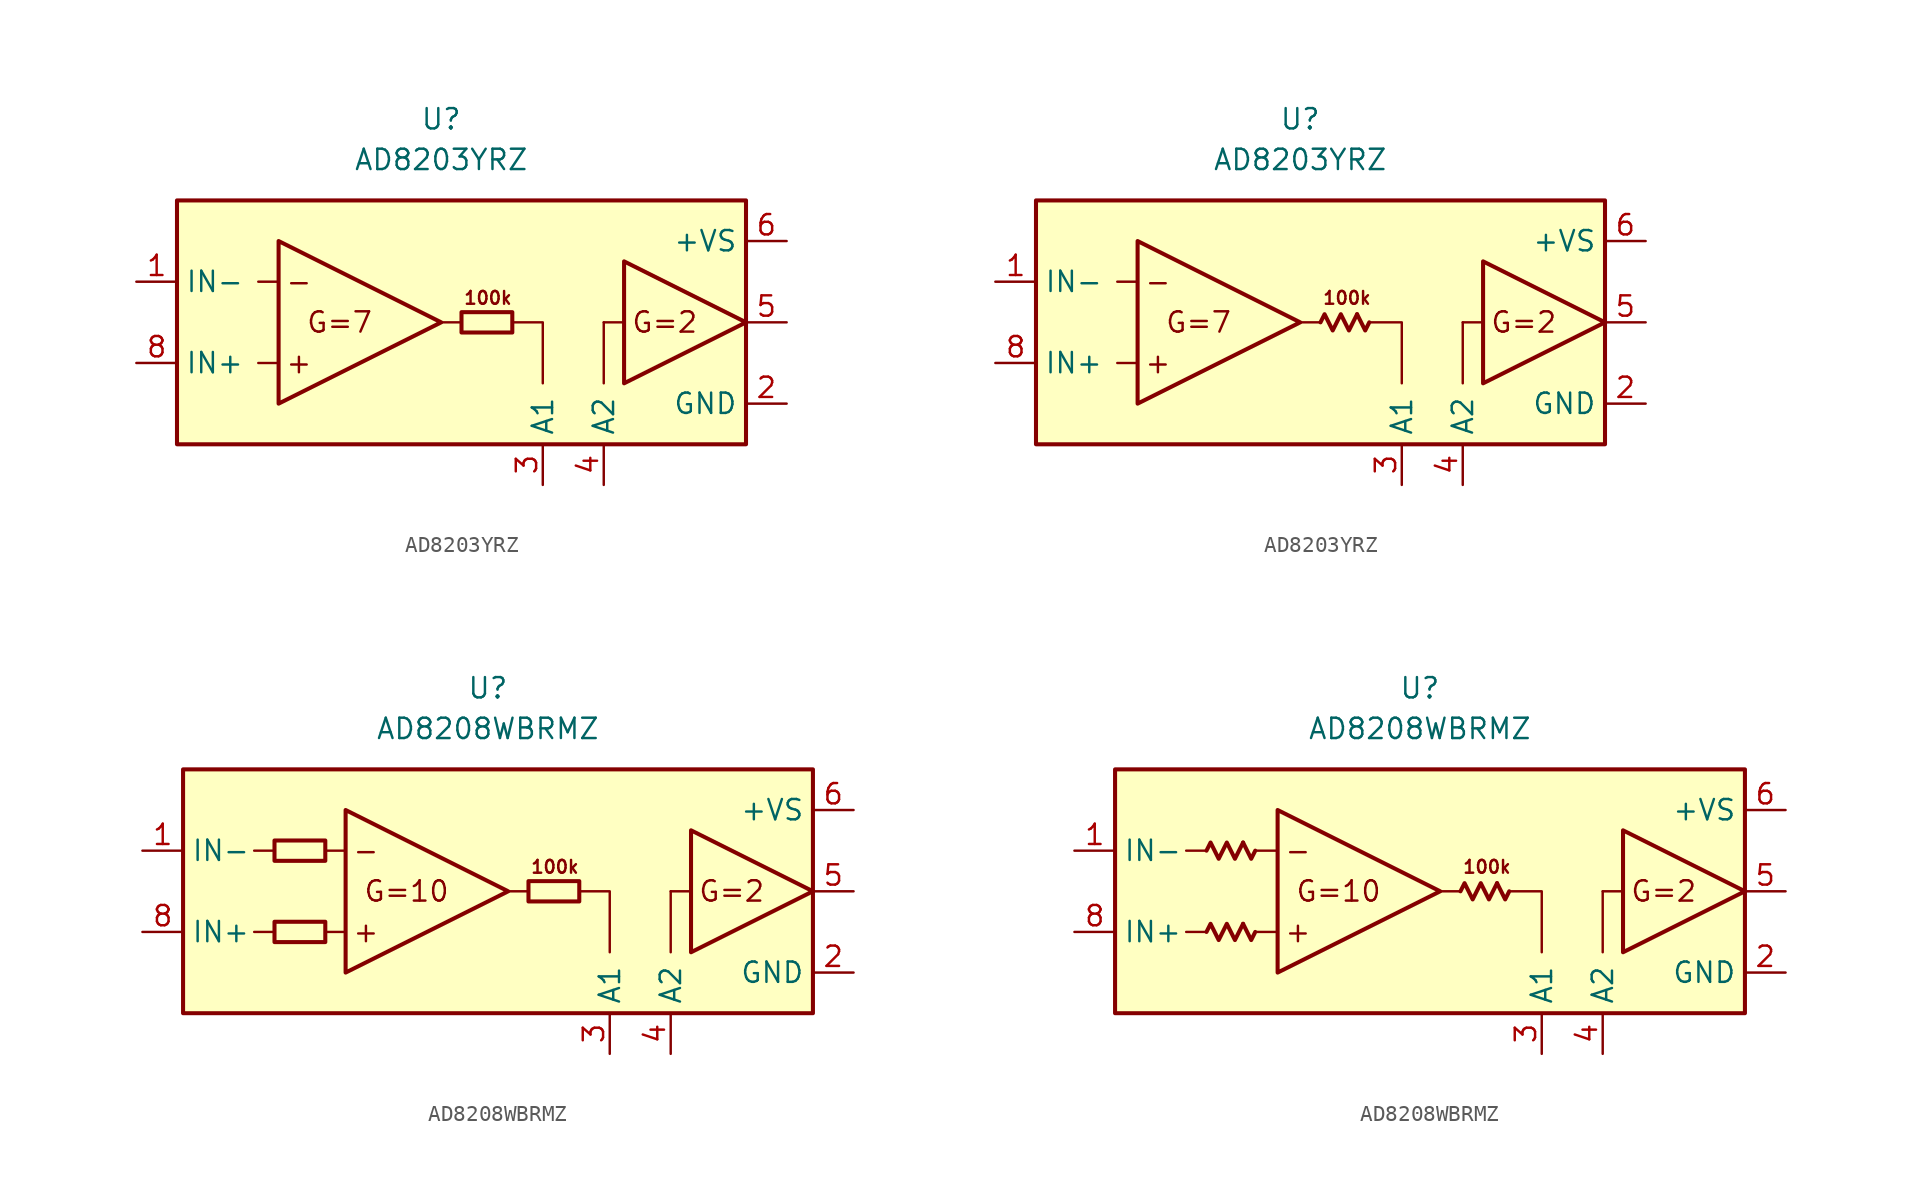
<source format=kicad_sym>
(kicad_symbol_lib
  (version 20231120)
  (generator "kicad_symbol_editor")
  (generator_version "8.0")
  (symbol "AD8203YRZ"
    (property "Reference" "U"
      (at 0 15.24 0)
      (effects (font (size 1.27 1.27))))
    (property "Value" "AD8203YRZ"
      (at 0 12.7 0)
      (effects (font (size 1.27 1.27))))
    (symbol "AD8203YRZ_0_0"
      (rectangle (start -16.51 10.16) (end 19.05 -5.08) (stroke (width 0.254) (type default)) (fill (type background)))
      (polyline (pts (xy -10.16 0) (xy -11.43 0)) (stroke (width 0.152) (type default)) (fill (type none)))
      (polyline (pts (xy -10.16 5.08) (xy -11.43 5.08)) (stroke (width 0.152) (type default)) (fill (type none)))
      (polyline (pts (xy 1.27 2.54) (xy 0 2.54)) (stroke (width 0.152) (type default)) (fill (type none)))
      (polyline (pts (xy 10.16 2.54) (xy 10.16 -1.27)) (stroke (width 0.152) (type default)) (fill (type none)))
      (polyline (pts (xy 11.43 2.54) (xy 10.16 2.54)) (stroke (width 0.152) (type default)) (fill (type none)))
      (polyline (pts (xy 4.445 2.54) (xy 6.35 2.54) (xy 6.35 -1.27)) (stroke (width 0.152) (type default)) (fill (type none)))
      (polyline (pts (xy -10.16 7.62) (xy -10.16 -2.54) (xy 0 2.54) (xy -10.16 7.62)) (stroke (width 0.254) (type default)) (fill (type none)))
      (polyline (pts (xy 11.43 6.35) (xy 11.43 -1.27) (xy 19.05 2.54) (xy 11.43 6.35)) (stroke (width 0.254) (type default)) (fill (type none)))
      (text "+" (at -8.89 0 0) (effects (font (size 1.27 1.27))))
      (text "-" (at -8.89 5.08 0) (effects (font (size 1.27 1.27))))
      (text "100k" (at 2.921 4.064 0) (effects (font (size 0.8 0.8))))
      (text "G=2" (at 13.97 2.54 0) (effects (font (size 1.27 1.27))))
      (text "G=7" (at -6.35 2.54 0) (effects (font (size 1.27 1.27)))))
    (symbol "AD8203YRZ_0_1"
      (rectangle (start 1.27 3.175) (end 4.445 1.905) (stroke (width 0.254) (type default)) (fill (type none))))
    (symbol "AD8203YRZ_0_2"
      (polyline (pts (xy 3.556 3.048) (xy 4.064 2.032) (xy 4.318 2.54)) (stroke (width 0.254) (type default)) (fill (type none)))
      (polyline (pts (xy 1.27 2.54) (xy 1.524 3.048) (xy 2.032 2.032) (xy 2.54 3.048) (xy 3.048 2.032) (xy 3.556 3.048)) (stroke (width 0.254) (type default)) (fill (type none))))
    (symbol "AD8203YRZ_1_1"
      (pin input line (at -19.05 5.08 0) (length 2.54) (name "IN-" (effects (font (size 1.27 1.27)))) (number "1" (effects (font (size 1.27 1.27)))))
      (pin power_in line (at 21.59 -2.54 180) (length 2.54) (name "GND" (effects (font (size 1.27 1.27)))) (number "2" (effects (font (size 1.27 1.27)))))
      (pin passive line (at 6.35 -7.62 90) (length 2.54) (name "A1" (effects (font (size 1.27 1.27)))) (number "3" (effects (font (size 1.27 1.27)))))
      (pin passive line (at 10.16 -7.62 90) (length 2.54) (name "A2" (effects (font (size 1.27 1.27)))) (number "4" (effects (font (size 1.27 1.27)))))
      (pin output line (at 21.59 2.54 180) (length 2.54) (name "~" (effects (font (size 1.27 1.27)))) (number "5" (effects (font (size 1.27 1.27)))))
      (pin power_in line (at 21.59 7.62 180) (length 2.54) (name "+VS" (effects (font (size 1.27 1.27)))) (number "6" (effects (font (size 1.27 1.27)))))
      (pin free line (at -1.27 -3.81 0) (length 2.54) hide (name "NC" (effects (font (size 1.27 1.27)))) (number "7" (effects (font (size 1.27 1.27)))))
      (pin input line (at -19.05 0 0) (length 2.54) (name "IN+" (effects (font (size 1.27 1.27)))) (number "8" (effects (font (size 1.27 1.27))))))
    (symbol "AD8203YRZ_1_2"
      (pin input line (at -19.05 5.08 0) (length 2.54) (name "IN-" (effects (font (size 1.27 1.27)))) (number "1" (effects (font (size 1.27 1.27)))))
      (pin power_in line (at 21.59 -2.54 180) (length 2.54) (name "GND" (effects (font (size 1.27 1.27)))) (number "2" (effects (font (size 1.27 1.27)))))
      (pin passive line (at 6.35 -7.62 90) (length 2.54) (name "A1" (effects (font (size 1.27 1.27)))) (number "3" (effects (font (size 1.27 1.27)))))
      (pin passive line (at 10.16 -7.62 90) (length 2.54) (name "A2" (effects (font (size 1.27 1.27)))) (number "4" (effects (font (size 1.27 1.27)))))
      (pin output line (at 21.59 2.54 180) (length 2.54) (name "~" (effects (font (size 1.27 1.27)))) (number "5" (effects (font (size 1.27 1.27)))))
      (pin power_in line (at 21.59 7.62 180) (length 2.54) (name "+VS" (effects (font (size 1.27 1.27)))) (number "6" (effects (font (size 1.27 1.27)))))
      (pin free line (at -1.27 -3.81 0) (length 2.54) hide (name "NC" (effects (font (size 1.27 1.27)))) (number "7" (effects (font (size 1.27 1.27)))))
      (pin input line (at -19.05 0 0) (length 2.54) (name "IN+" (effects (font (size 1.27 1.27)))) (number "8" (effects (font (size 1.27 1.27)))))))
  (symbol "AD8208WBRMZ"
    (property "Reference" "U"
      (at 0 15.24 0)
      (effects (font (size 1.27 1.27))))
    (property "Value" "AD8208WBRMZ"
      (at 0 12.7 0)
      (effects (font (size 1.27 1.27))))
    (symbol "AD8208WBRMZ_0_0"
      (rectangle (start -19.05 10.16) (end 20.32 -5.08) (stroke (width 0.254) (type default)) (fill (type background)))
      (polyline (pts (xy -13.335 0) (xy -14.605 0)) (stroke (width 0.152) (type default)) (fill (type none)))
      (polyline (pts (xy -13.335 5.08) (xy -14.605 5.08)) (stroke (width 0.152) (type default)) (fill (type none)))
      (polyline (pts (xy -8.89 0) (xy -10.16 0)) (stroke (width 0.152) (type default)) (fill (type none)))
      (polyline (pts (xy -8.89 5.08) (xy -10.16 5.08)) (stroke (width 0.152) (type default)) (fill (type none)))
      (polyline (pts (xy 2.54 2.54) (xy 1.27 2.54)) (stroke (width 0.152) (type default)) (fill (type none)))
      (polyline (pts (xy 11.43 2.54) (xy 11.43 -1.27)) (stroke (width 0.152) (type default)) (fill (type none)))
      (polyline (pts (xy 12.7 2.54) (xy 11.43 2.54)) (stroke (width 0.152) (type default)) (fill (type none)))
      (polyline (pts (xy 5.715 2.54) (xy 7.62 2.54) (xy 7.62 -1.27)) (stroke (width 0.152) (type default)) (fill (type none)))
      (polyline (pts (xy -8.89 7.62) (xy -8.89 -2.54) (xy 1.27 2.54) (xy -8.89 7.62)) (stroke (width 0.254) (type default)) (fill (type none)))
      (polyline (pts (xy 12.7 6.35) (xy 12.7 -1.27) (xy 20.32 2.54) (xy 12.7 6.35)) (stroke (width 0.254) (type default)) (fill (type none)))
      (text "+" (at -7.62 0 0) (effects (font (size 1.27 1.27))))
      (text "-" (at -7.62 5.08 0) (effects (font (size 1.27 1.27))))
      (text "100k" (at 4.191 4.064 0) (effects (font (size 0.8 0.8))))
      (text "G=10" (at -5.08 2.54 0) (effects (font (size 1.27 1.27))))
      (text "G=2" (at 15.24 2.54 0) (effects (font (size 1.27 1.27)))))
    (symbol "AD8208WBRMZ_0_1"
      (rectangle (start -13.335 0.635) (end -10.16 -0.635) (stroke (width 0.254) (type default)) (fill (type none)))
      (rectangle (start -13.335 5.715) (end -10.16 4.445) (stroke (width 0.254) (type default)) (fill (type none)))
      (rectangle (start 2.54 3.175) (end 5.715 1.905) (stroke (width 0.254) (type default)) (fill (type none))))
    (symbol "AD8208WBRMZ_0_2"
      (polyline (pts (xy -11.049 0.508) (xy -10.541 -0.508) (xy -10.287 0)) (stroke (width 0.254) (type default)) (fill (type none)))
      (polyline (pts (xy -11.049 5.588) (xy -10.541 4.572) (xy -10.287 5.08)) (stroke (width 0.254) (type default)) (fill (type none)))
      (polyline (pts (xy 4.826 3.048) (xy 5.334 2.032) (xy 5.588 2.54)) (stroke (width 0.254) (type default)) (fill (type none)))
      (polyline (pts (xy -13.335 0) (xy -13.081 0.508) (xy -12.573 -0.508) (xy -12.065 0.508) (xy -11.557 -0.508) (xy -11.049 0.508)) (stroke (width 0.254) (type default)) (fill (type none)))
      (polyline (pts (xy -13.335 5.08) (xy -13.081 5.588) (xy -12.573 4.572) (xy -12.065 5.588) (xy -11.557 4.572) (xy -11.049 5.588)) (stroke (width 0.254) (type default)) (fill (type none)))
      (polyline (pts (xy 2.54 2.54) (xy 2.794 3.048) (xy 3.302 2.032) (xy 3.81 3.048) (xy 4.318 2.032) (xy 4.826 3.048)) (stroke (width 0.254) (type default)) (fill (type none))))
    (symbol "AD8208WBRMZ_1_1"
      (pin input line (at -21.59 5.08 0) (length 2.54) (name "IN-" (effects (font (size 1.27 1.27)))) (number "1" (effects (font (size 1.27 1.27)))))
      (pin power_in line (at 22.86 -2.54 180) (length 2.54) (name "GND" (effects (font (size 1.27 1.27)))) (number "2" (effects (font (size 1.27 1.27)))))
      (pin passive line (at 7.62 -7.62 90) (length 2.54) (name "A1" (effects (font (size 1.27 1.27)))) (number "3" (effects (font (size 1.27 1.27)))))
      (pin passive line (at 11.43 -7.62 90) (length 2.54) (name "A2" (effects (font (size 1.27 1.27)))) (number "4" (effects (font (size 1.27 1.27)))))
      (pin output line (at 22.86 2.54 180) (length 2.54) (name "~" (effects (font (size 1.27 1.27)))) (number "5" (effects (font (size 1.27 1.27)))))
      (pin power_in line (at 22.86 7.62 180) (length 2.54) (name "+VS" (effects (font (size 1.27 1.27)))) (number "6" (effects (font (size 1.27 1.27)))))
      (pin free line (at 2.54 -3.81 0) (length 2.54) hide (name "NC" (effects (font (size 1.27 1.27)))) (number "7" (effects (font (size 1.27 1.27)))))
      (pin input line (at -21.59 0 0) (length 2.54) (name "IN+" (effects (font (size 1.27 1.27)))) (number "8" (effects (font (size 1.27 1.27))))))
    (symbol "AD8208WBRMZ_1_2"
      (pin input line (at -21.59 5.08 0) (length 2.54) (name "IN-" (effects (font (size 1.27 1.27)))) (number "1" (effects (font (size 1.27 1.27)))))
      (pin power_in line (at 22.86 -2.54 180) (length 2.54) (name "GND" (effects (font (size 1.27 1.27)))) (number "2" (effects (font (size 1.27 1.27)))))
      (pin passive line (at 7.62 -7.62 90) (length 2.54) (name "A1" (effects (font (size 1.27 1.27)))) (number "3" (effects (font (size 1.27 1.27)))))
      (pin passive line (at 11.43 -7.62 90) (length 2.54) (name "A2" (effects (font (size 1.27 1.27)))) (number "4" (effects (font (size 1.27 1.27)))))
      (pin output line (at 22.86 2.54 180) (length 2.54) (name "~" (effects (font (size 1.27 1.27)))) (number "5" (effects (font (size 1.27 1.27)))))
      (pin power_in line (at 22.86 7.62 180) (length 2.54) (name "+VS" (effects (font (size 1.27 1.27)))) (number "6" (effects (font (size 1.27 1.27)))))
      (pin free line (at 2.54 -3.81 0) (length 2.54) hide (name "NC" (effects (font (size 1.27 1.27)))) (number "7" (effects (font (size 1.27 1.27)))))
      (pin input line (at -21.59 0 0) (length 2.54) (name "IN+" (effects (font (size 1.27 1.27)))) (number "8" (effects (font (size 1.27 1.27))))))))
</source>
